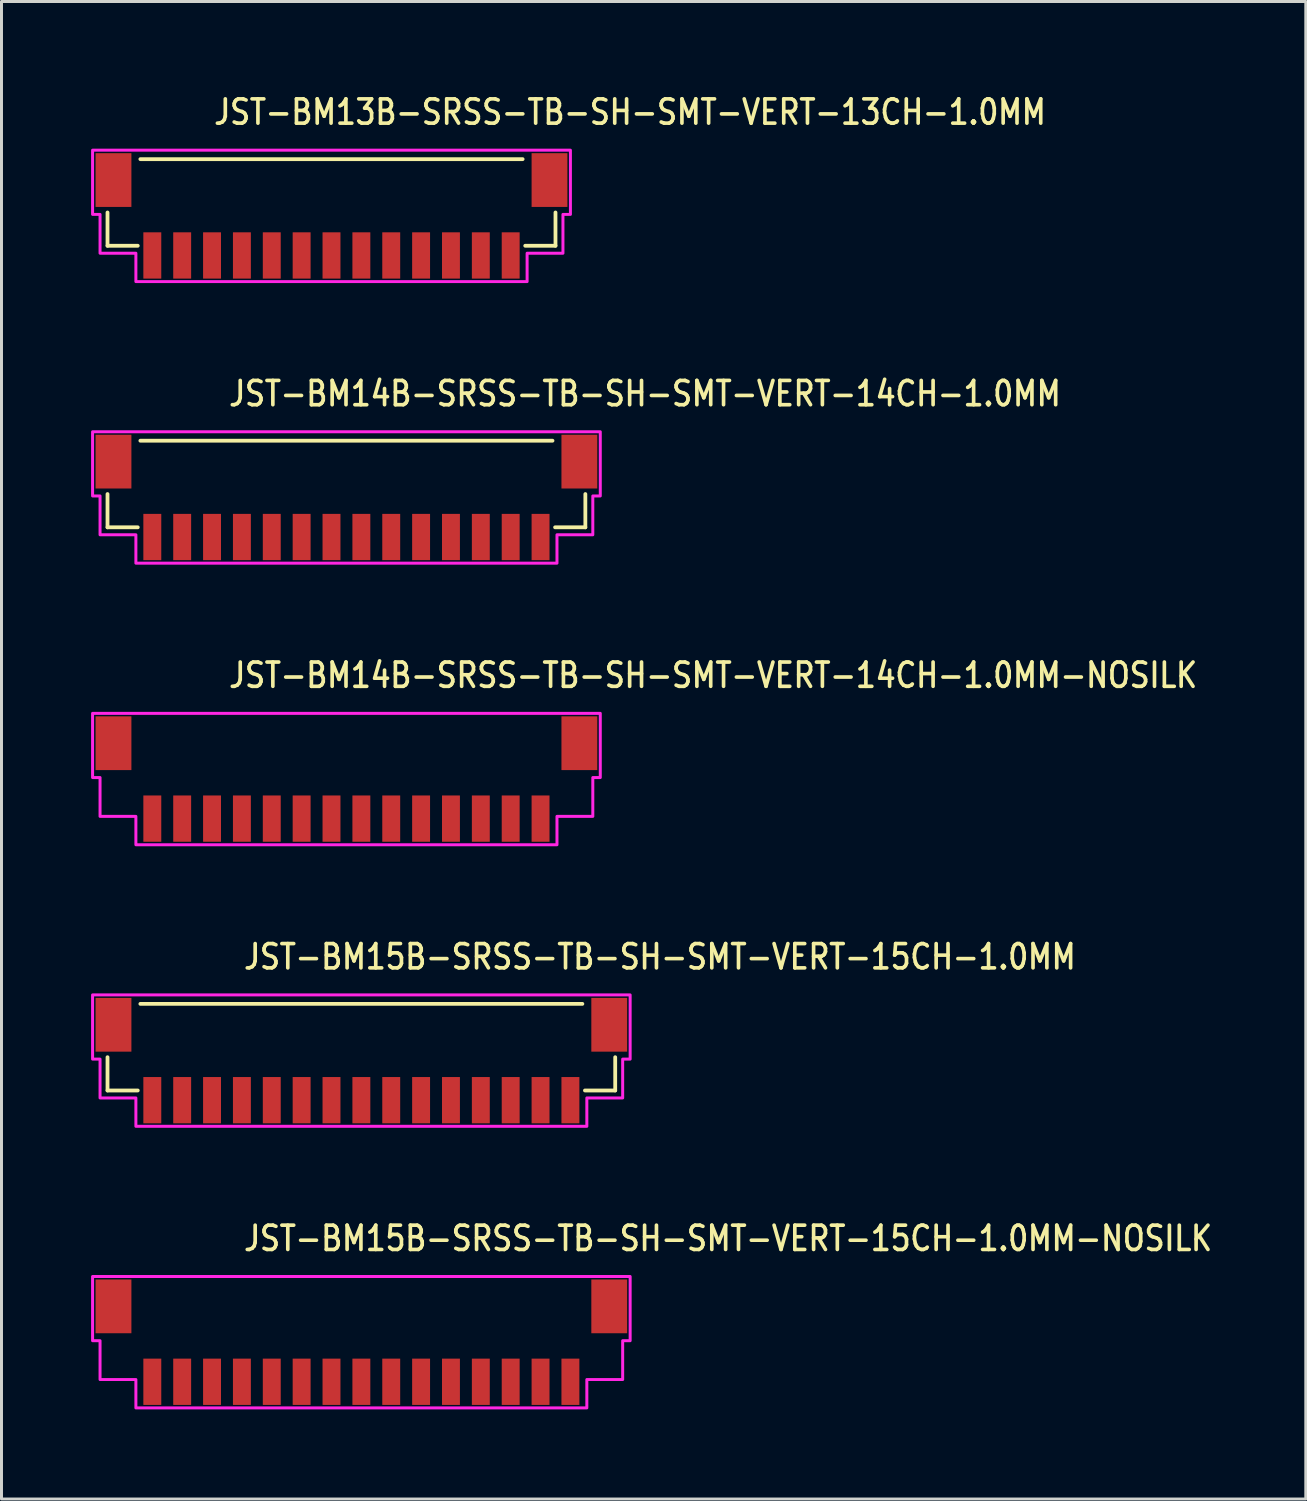
<source format=kicad_pcb>
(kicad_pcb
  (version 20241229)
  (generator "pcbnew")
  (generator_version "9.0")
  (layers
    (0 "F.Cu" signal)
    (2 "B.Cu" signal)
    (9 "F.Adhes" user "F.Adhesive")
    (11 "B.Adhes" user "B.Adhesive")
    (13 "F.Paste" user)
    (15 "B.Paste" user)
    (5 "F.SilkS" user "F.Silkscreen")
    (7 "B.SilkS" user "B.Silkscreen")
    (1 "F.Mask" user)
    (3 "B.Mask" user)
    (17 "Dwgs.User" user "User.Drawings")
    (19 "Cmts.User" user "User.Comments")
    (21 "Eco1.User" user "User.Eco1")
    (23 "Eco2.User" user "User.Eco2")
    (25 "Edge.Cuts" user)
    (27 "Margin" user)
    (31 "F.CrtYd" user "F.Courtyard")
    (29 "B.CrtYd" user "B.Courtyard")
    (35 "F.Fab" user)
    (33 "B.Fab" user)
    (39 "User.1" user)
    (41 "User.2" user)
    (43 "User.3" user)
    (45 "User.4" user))
  (footprint "JST-BM14B-SRSS-TB-SH-SMT-VERT-14CH-1.0MM"
    (layer "F.Cu")
    (at 8.55 13.607)
    (property "Reference" "JST-BM14B-SRSS-TB-SH-SMT-VERT-14CH-1.0MM" (at -4 -3 0) (unlocked yes) (layer "F.SilkS") (effects (font (size 0.813 0.695) (thickness 0.122)) (justify left bottom)))
    (fp_line (start -8 -0.114) (end -8 1) (stroke (width 0.127) (type solid)) (layer "F.SilkS"))
    (fp_line (start -8 1) (end -6.987 1) (stroke (width 0.127) (type solid)) (layer "F.SilkS"))
    (fp_line (start -6.9 -1.9) (end 6.9 -1.9) (stroke (width 0.127) (type solid)) (layer "F.SilkS"))
    (fp_line (start 6.987 1) (end 8 1) (stroke (width 0.127) (type solid)) (layer "F.SilkS"))
    (fp_line (start 8 1) (end 8 -0.114) (stroke (width 0.127) (type solid)) (layer "F.SilkS"))
    (fp_poly (pts (xy -8.5 -2.2) (xy -8.5 -0.05) (xy -8.25 -0.05) (xy -8.25 1.25) (xy -7.05 1.25) (xy -7.05 2.2) (xy 7.05 2.2) (xy 7.05 1.25) (xy 8.25 1.25) (xy 8.25 -0.05) (xy 8.5 -0.05) (xy 8.5 -2.2)) (stroke (width 0.1) (type solid)) (fill no) (layer "F.CrtYd"))
    (pad "1" smd rect (at -6.5 1.325) (size 0.6 1.55) (layers "F.Cu" "F.Mask" "F.Paste"))
    (pad "2" smd rect (at -5.5 1.325) (size 0.6 1.55) (layers "F.Cu" "F.Mask" "F.Paste"))
    (pad "3" smd rect (at -4.5 1.325) (size 0.6 1.55) (layers "F.Cu" "F.Mask" "F.Paste"))
    (pad "4" smd rect (at -3.5 1.325) (size 0.6 1.55) (layers "F.Cu" "F.Mask" "F.Paste"))
    (pad "5" smd rect (at -2.5 1.325) (size 0.6 1.55) (layers "F.Cu" "F.Mask" "F.Paste"))
    (pad "6" smd rect (at -1.5 1.325) (size 0.6 1.55) (layers "F.Cu" "F.Mask" "F.Paste"))
    (pad "7" smd rect (at -0.5 1.325) (size 0.6 1.55) (layers "F.Cu" "F.Mask" "F.Paste"))
    (pad "8" smd rect (at 0.5 1.325) (size 0.6 1.55) (layers "F.Cu" "F.Mask" "F.Paste"))
    (pad "9" smd rect (at 1.5 1.325) (size 0.6 1.55) (layers "F.Cu" "F.Mask" "F.Paste"))
    (pad "10" smd rect (at 2.5 1.325) (size 0.6 1.55) (layers "F.Cu" "F.Mask" "F.Paste"))
    (pad "11" smd rect (at 3.5 1.325) (size 0.6 1.55) (layers "F.Cu" "F.Mask" "F.Paste"))
    (pad "12" smd rect (at 4.5 1.325) (size 0.6 1.55) (layers "F.Cu" "F.Mask" "F.Paste"))
    (pad "13" smd rect (at 5.5 1.325) (size 0.6 1.55) (layers "F.Cu" "F.Mask" "F.Paste"))
    (pad "14" smd rect (at 6.5 1.325) (size 0.6 1.55) (layers "F.Cu" "F.Mask" "F.Paste"))
    (pad "S_14" smd rect (at 7.8 -1.2) (size 1.2 1.8) (layers "F.Cu" "F.Mask" "F.Paste"))
    (pad "S_15" smd rect (at -7.8 -1.2) (size 1.2 1.8) (layers "F.Cu" "F.Mask" "F.Paste")))
  (footprint "JST-BM15B-SRSS-TB-SH-SMT-VERT-15CH-1.0MM-NOSILK"
    (layer "F.Cu")
    (at 9.05 41.893)
    (property "Reference" "JST-BM15B-SRSS-TB-SH-SMT-VERT-15CH-1.0MM-NOSILK" (at -4 -3 0) (unlocked yes) (layer "F.SilkS") (effects (font (size 0.813 0.695) (thickness 0.122)) (justify left bottom)))
    (fp_poly (pts (xy -9 -2.2) (xy -9 -0.05) (xy -8.75 -0.05) (xy -8.75 1.25) (xy -7.55 1.25) (xy -7.55 2.2) (xy 7.55 2.2) (xy 7.55 1.25) (xy 8.75 1.25) (xy 8.75 -0.05) (xy 9 -0.05) (xy 9 -2.2)) (stroke (width 0.1) (type solid)) (fill no) (layer "F.CrtYd"))
    (pad "1" smd rect (at -7 1.325) (size 0.6 1.55) (layers "F.Cu" "F.Mask" "F.Paste"))
    (pad "2" smd rect (at -6 1.325) (size 0.6 1.55) (layers "F.Cu" "F.Mask" "F.Paste"))
    (pad "3" smd rect (at -5 1.325) (size 0.6 1.55) (layers "F.Cu" "F.Mask" "F.Paste"))
    (pad "4" smd rect (at -4 1.325) (size 0.6 1.55) (layers "F.Cu" "F.Mask" "F.Paste"))
    (pad "5" smd rect (at -3 1.325) (size 0.6 1.55) (layers "F.Cu" "F.Mask" "F.Paste"))
    (pad "6" smd rect (at -2 1.325) (size 0.6 1.55) (layers "F.Cu" "F.Mask" "F.Paste"))
    (pad "7" smd rect (at -1 1.325) (size 0.6 1.55) (layers "F.Cu" "F.Mask" "F.Paste"))
    (pad "8" smd rect (at 0 1.325) (size 0.6 1.55) (layers "F.Cu" "F.Mask" "F.Paste"))
    (pad "9" smd rect (at 1 1.325) (size 0.6 1.55) (layers "F.Cu" "F.Mask" "F.Paste"))
    (pad "10" smd rect (at 2 1.325) (size 0.6 1.55) (layers "F.Cu" "F.Mask" "F.Paste"))
    (pad "11" smd rect (at 3 1.325) (size 0.6 1.55) (layers "F.Cu" "F.Mask" "F.Paste"))
    (pad "12" smd rect (at 4 1.325) (size 0.6 1.55) (layers "F.Cu" "F.Mask" "F.Paste"))
    (pad "13" smd rect (at 5 1.325) (size 0.6 1.55) (layers "F.Cu" "F.Mask" "F.Paste"))
    (pad "14" smd rect (at 6 1.325) (size 0.6 1.55) (layers "F.Cu" "F.Mask" "F.Paste"))
    (pad "15" smd rect (at 7 1.325) (size 0.6 1.55) (layers "F.Cu" "F.Mask" "F.Paste"))
    (pad "S_15" smd rect (at 8.3 -1.2) (size 1.2 1.8) (layers "F.Cu" "F.Mask" "F.Paste"))
    (pad "S_16" smd rect (at -8.3 -1.2) (size 1.2 1.8) (layers "F.Cu" "F.Mask" "F.Paste")))
  (footprint "JST-BM13B-SRSS-TB-SH-SMT-VERT-13CH-1.0MM"
    (layer "F.Cu")
    (at 8.05 4.179)
    (property "Reference" "JST-BM13B-SRSS-TB-SH-SMT-VERT-13CH-1.0MM" (at -4 -3 0) (unlocked yes) (layer "F.SilkS") (effects (font (size 0.813 0.695) (thickness 0.122)) (justify left bottom)))
    (fp_line (start -7.5 -0.114) (end -7.5 1) (stroke (width 0.127) (type solid)) (layer "F.SilkS"))
    (fp_line (start -7.5 1) (end -6.487 1) (stroke (width 0.127) (type solid)) (layer "F.SilkS"))
    (fp_line (start -6.4 -1.9) (end 6.4 -1.9) (stroke (width 0.127) (type solid)) (layer "F.SilkS"))
    (fp_line (start 6.487 1) (end 7.5 1) (stroke (width 0.127) (type solid)) (layer "F.SilkS"))
    (fp_line (start 7.5 1) (end 7.5 -0.114) (stroke (width 0.127) (type solid)) (layer "F.SilkS"))
    (fp_poly (pts (xy -8 -2.2) (xy -8 -0.05) (xy -7.75 -0.05) (xy -7.75 1.25) (xy -6.55 1.25) (xy -6.55 2.2) (xy 6.55 2.2) (xy 6.55 1.25) (xy 7.75 1.25) (xy 7.75 -0.05) (xy 8 -0.05) (xy 8 -2.2)) (stroke (width 0.1) (type solid)) (fill no) (layer "F.CrtYd"))
    (pad "1" smd rect (at -6 1.325) (size 0.6 1.55) (layers "F.Cu" "F.Mask" "F.Paste"))
    (pad "2" smd rect (at -5 1.325) (size 0.6 1.55) (layers "F.Cu" "F.Mask" "F.Paste"))
    (pad "3" smd rect (at -4 1.325) (size 0.6 1.55) (layers "F.Cu" "F.Mask" "F.Paste"))
    (pad "4" smd rect (at -3 1.325) (size 0.6 1.55) (layers "F.Cu" "F.Mask" "F.Paste"))
    (pad "5" smd rect (at -2 1.325) (size 0.6 1.55) (layers "F.Cu" "F.Mask" "F.Paste"))
    (pad "6" smd rect (at -1 1.325) (size 0.6 1.55) (layers "F.Cu" "F.Mask" "F.Paste"))
    (pad "7" smd rect (at 0 1.325) (size 0.6 1.55) (layers "F.Cu" "F.Mask" "F.Paste"))
    (pad "8" smd rect (at 1 1.325) (size 0.6 1.55) (layers "F.Cu" "F.Mask" "F.Paste"))
    (pad "9" smd rect (at 2 1.325) (size 0.6 1.55) (layers "F.Cu" "F.Mask" "F.Paste"))
    (pad "10" smd rect (at 3 1.325) (size 0.6 1.55) (layers "F.Cu" "F.Mask" "F.Paste"))
    (pad "11" smd rect (at 4 1.325) (size 0.6 1.55) (layers "F.Cu" "F.Mask" "F.Paste"))
    (pad "12" smd rect (at 5 1.325) (size 0.6 1.55) (layers "F.Cu" "F.Mask" "F.Paste"))
    (pad "13" smd rect (at 6 1.325) (size 0.6 1.55) (layers "F.Cu" "F.Mask" "F.Paste"))
    (pad "S_13" smd rect (at 7.3 -1.2) (size 1.2 1.8) (layers "F.Cu" "F.Mask" "F.Paste"))
    (pad "S_14" smd rect (at -7.3 -1.2) (size 1.2 1.8) (layers "F.Cu" "F.Mask" "F.Paste")))
  (footprint "JST-BM15B-SRSS-TB-SH-SMT-VERT-15CH-1.0MM"
    (layer "F.Cu")
    (at 9.05 32.464)
    (property "Reference" "JST-BM15B-SRSS-TB-SH-SMT-VERT-15CH-1.0MM" (at -4 -3 0) (unlocked yes) (layer "F.SilkS") (effects (font (size 0.813 0.695) (thickness 0.122)) (justify left bottom)))
    (fp_line (start -8.5 -0.114) (end -8.5 1) (stroke (width 0.127) (type solid)) (layer "F.SilkS"))
    (fp_line (start -8.5 1) (end -7.487 1) (stroke (width 0.127) (type solid)) (layer "F.SilkS"))
    (fp_line (start -7.4 -1.9) (end 7.4 -1.9) (stroke (width 0.127) (type solid)) (layer "F.SilkS"))
    (fp_line (start 7.487 1) (end 8.5 1) (stroke (width 0.127) (type solid)) (layer "F.SilkS"))
    (fp_line (start 8.5 1) (end 8.5 -0.114) (stroke (width 0.127) (type solid)) (layer "F.SilkS"))
    (fp_poly (pts (xy -9 -2.2) (xy -9 -0.05) (xy -8.75 -0.05) (xy -8.75 1.25) (xy -7.55 1.25) (xy -7.55 2.2) (xy 7.55 2.2) (xy 7.55 1.25) (xy 8.75 1.25) (xy 8.75 -0.05) (xy 9 -0.05) (xy 9 -2.2)) (stroke (width 0.1) (type solid)) (fill no) (layer "F.CrtYd"))
    (pad "1" smd rect (at -7 1.325) (size 0.6 1.55) (layers "F.Cu" "F.Mask" "F.Paste"))
    (pad "2" smd rect (at -6 1.325) (size 0.6 1.55) (layers "F.Cu" "F.Mask" "F.Paste"))
    (pad "3" smd rect (at -5 1.325) (size 0.6 1.55) (layers "F.Cu" "F.Mask" "F.Paste"))
    (pad "4" smd rect (at -4 1.325) (size 0.6 1.55) (layers "F.Cu" "F.Mask" "F.Paste"))
    (pad "5" smd rect (at -3 1.325) (size 0.6 1.55) (layers "F.Cu" "F.Mask" "F.Paste"))
    (pad "6" smd rect (at -2 1.325) (size 0.6 1.55) (layers "F.Cu" "F.Mask" "F.Paste"))
    (pad "7" smd rect (at -1 1.325) (size 0.6 1.55) (layers "F.Cu" "F.Mask" "F.Paste"))
    (pad "8" smd rect (at 0 1.325) (size 0.6 1.55) (layers "F.Cu" "F.Mask" "F.Paste"))
    (pad "9" smd rect (at 1 1.325) (size 0.6 1.55) (layers "F.Cu" "F.Mask" "F.Paste"))
    (pad "10" smd rect (at 2 1.325) (size 0.6 1.55) (layers "F.Cu" "F.Mask" "F.Paste"))
    (pad "11" smd rect (at 3 1.325) (size 0.6 1.55) (layers "F.Cu" "F.Mask" "F.Paste"))
    (pad "12" smd rect (at 4 1.325) (size 0.6 1.55) (layers "F.Cu" "F.Mask" "F.Paste"))
    (pad "13" smd rect (at 5 1.325) (size 0.6 1.55) (layers "F.Cu" "F.Mask" "F.Paste"))
    (pad "14" smd rect (at 6 1.325) (size 0.6 1.55) (layers "F.Cu" "F.Mask" "F.Paste"))
    (pad "15" smd rect (at 7 1.325) (size 0.6 1.55) (layers "F.Cu" "F.Mask" "F.Paste"))
    (pad "S_15" smd rect (at 8.3 -1.2) (size 1.2 1.8) (layers "F.Cu" "F.Mask" "F.Paste"))
    (pad "S_16" smd rect (at -8.3 -1.2) (size 1.2 1.8) (layers "F.Cu" "F.Mask" "F.Paste")))
  (footprint "JST-BM14B-SRSS-TB-SH-SMT-VERT-14CH-1.0MM-NOSILK"
    (layer "F.Cu")
    (at 8.55 23.036)
    (property "Reference" "JST-BM14B-SRSS-TB-SH-SMT-VERT-14CH-1.0MM-NOSILK" (at -4 -3 0) (unlocked yes) (layer "F.SilkS") (effects (font (size 0.813 0.695) (thickness 0.122)) (justify left bottom)))
    (fp_poly (pts (xy -8.5 -2.2) (xy -8.5 -0.05) (xy -8.25 -0.05) (xy -8.25 1.25) (xy -7.05 1.25) (xy -7.05 2.2) (xy 7.05 2.2) (xy 7.05 1.25) (xy 8.25 1.25) (xy 8.25 -0.05) (xy 8.5 -0.05) (xy 8.5 -2.2)) (stroke (width 0.1) (type solid)) (fill no) (layer "F.CrtYd"))
    (pad "1" smd rect (at -6.5 1.325) (size 0.6 1.55) (layers "F.Cu" "F.Mask" "F.Paste"))
    (pad "2" smd rect (at -5.5 1.325) (size 0.6 1.55) (layers "F.Cu" "F.Mask" "F.Paste"))
    (pad "3" smd rect (at -4.5 1.325) (size 0.6 1.55) (layers "F.Cu" "F.Mask" "F.Paste"))
    (pad "4" smd rect (at -3.5 1.325) (size 0.6 1.55) (layers "F.Cu" "F.Mask" "F.Paste"))
    (pad "5" smd rect (at -2.5 1.325) (size 0.6 1.55) (layers "F.Cu" "F.Mask" "F.Paste"))
    (pad "6" smd rect (at -1.5 1.325) (size 0.6 1.55) (layers "F.Cu" "F.Mask" "F.Paste"))
    (pad "7" smd rect (at -0.5 1.325) (size 0.6 1.55) (layers "F.Cu" "F.Mask" "F.Paste"))
    (pad "8" smd rect (at 0.5 1.325) (size 0.6 1.55) (layers "F.Cu" "F.Mask" "F.Paste"))
    (pad "9" smd rect (at 1.5 1.325) (size 0.6 1.55) (layers "F.Cu" "F.Mask" "F.Paste"))
    (pad "10" smd rect (at 2.5 1.325) (size 0.6 1.55) (layers "F.Cu" "F.Mask" "F.Paste"))
    (pad "11" smd rect (at 3.5 1.325) (size 0.6 1.55) (layers "F.Cu" "F.Mask" "F.Paste"))
    (pad "12" smd rect (at 4.5 1.325) (size 0.6 1.55) (layers "F.Cu" "F.Mask" "F.Paste"))
    (pad "13" smd rect (at 5.5 1.325) (size 0.6 1.55) (layers "F.Cu" "F.Mask" "F.Paste"))
    (pad "14" smd rect (at 6.5 1.325) (size 0.6 1.55) (layers "F.Cu" "F.Mask" "F.Paste"))
    (pad "S_14" smd rect (at 7.8 -1.2) (size 1.2 1.8) (layers "F.Cu" "F.Mask" "F.Paste"))
    (pad "S_15" smd rect (at -7.8 -1.2) (size 1.2 1.8) (layers "F.Cu" "F.Mask" "F.Paste")))
  (gr_rect
    (start -3 -3)
    (end 40.674 47.143)
    (stroke (width 0.1) (type default))
    (fill no)
    (layer "Edge.Cuts")))
</source>
